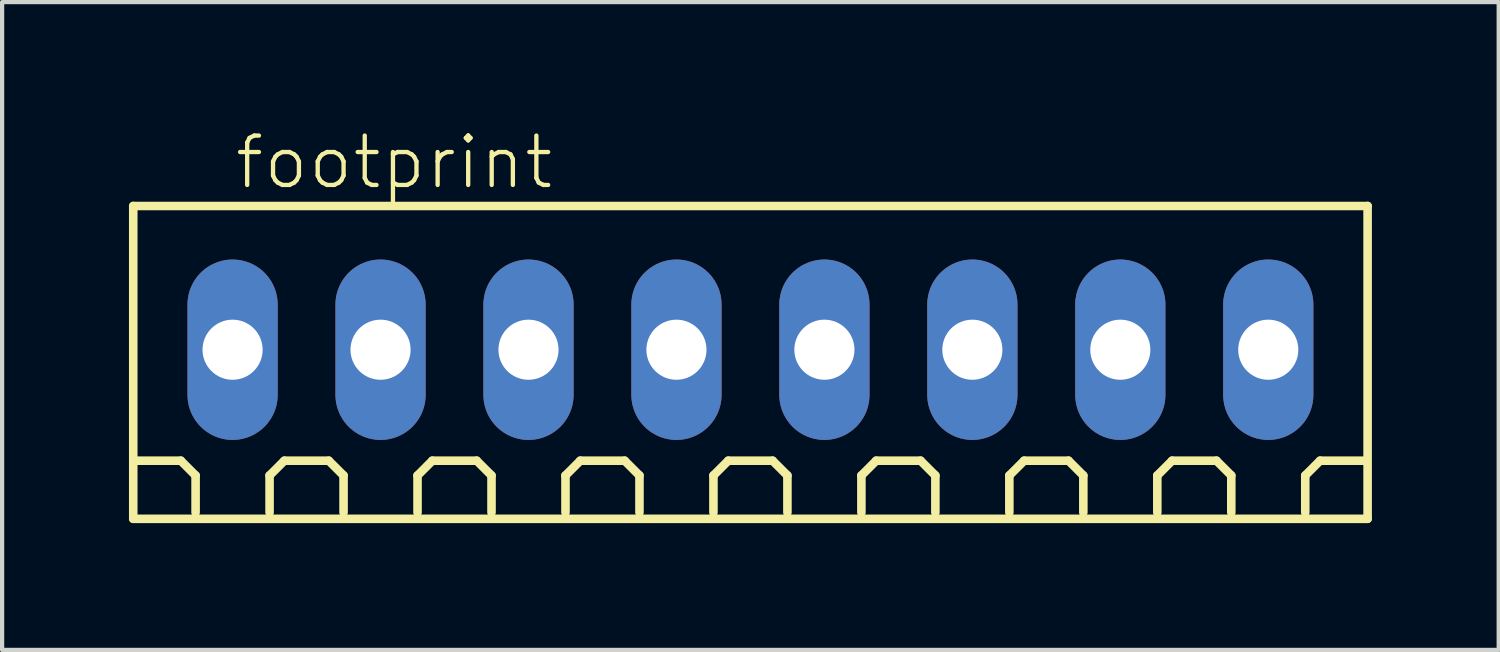
<source format=kicad_pcb>
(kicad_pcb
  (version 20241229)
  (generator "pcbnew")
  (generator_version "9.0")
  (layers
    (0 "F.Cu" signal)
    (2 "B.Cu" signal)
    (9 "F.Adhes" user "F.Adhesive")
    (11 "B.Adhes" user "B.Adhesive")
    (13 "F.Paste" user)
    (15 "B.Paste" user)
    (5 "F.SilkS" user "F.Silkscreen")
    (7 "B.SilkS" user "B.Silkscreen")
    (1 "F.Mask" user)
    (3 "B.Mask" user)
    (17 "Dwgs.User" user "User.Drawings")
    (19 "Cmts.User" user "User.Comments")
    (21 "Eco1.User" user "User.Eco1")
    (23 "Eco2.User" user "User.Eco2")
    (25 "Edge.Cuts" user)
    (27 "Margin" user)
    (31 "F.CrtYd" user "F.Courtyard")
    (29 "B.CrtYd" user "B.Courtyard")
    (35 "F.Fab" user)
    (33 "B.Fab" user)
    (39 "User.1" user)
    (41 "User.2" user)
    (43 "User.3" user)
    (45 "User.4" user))
  (footprint "footprint"
    (layer "F.Cu")
    (at 14.702 5.223)
    (property "Reference" "footprint" (at -12.25 -3.75 0) (layer "F.SilkS") (effects (font (size 1.168 1.168) (thickness 0.102)) (justify left bottom)))
    (fp_line (start -14.6 -3.4) (end 14.6 -3.4) (stroke (width 0.203) (type solid)) (layer "F.SilkS"))
    (fp_line (start -14.6 4) (end -14.6 -3.4) (stroke (width 0.203) (type solid)) (layer "F.SilkS"))
    (fp_line (start -13.475 2.625) (end -14.525 2.625) (stroke (width 0.203) (type solid)) (layer "F.SilkS"))
    (fp_line (start -13.125 2.975) (end -13.475 2.625) (stroke (width 0.203) (type solid)) (layer "F.SilkS"))
    (fp_line (start -13.125 3.85) (end -13.125 2.975) (stroke (width 0.203) (type solid)) (layer "F.SilkS"))
    (fp_line (start -11.375 2.975) (end -11.025 2.625) (stroke (width 0.203) (type solid)) (layer "F.SilkS"))
    (fp_line (start -11.375 3.85) (end -11.375 2.975) (stroke (width 0.203) (type solid)) (layer "F.SilkS"))
    (fp_line (start -11.025 2.625) (end -9.975 2.625) (stroke (width 0.203) (type solid)) (layer "F.SilkS"))
    (fp_line (start -9.975 2.625) (end -9.625 2.975) (stroke (width 0.203) (type solid)) (layer "F.SilkS"))
    (fp_line (start -9.625 2.975) (end -9.625 3.85) (stroke (width 0.203) (type solid)) (layer "F.SilkS"))
    (fp_line (start -7.875 2.975) (end -7.525 2.625) (stroke (width 0.203) (type solid)) (layer "F.SilkS"))
    (fp_line (start -7.875 3.85) (end -7.875 2.975) (stroke (width 0.203) (type solid)) (layer "F.SilkS"))
    (fp_line (start -7.525 2.625) (end -6.475 2.625) (stroke (width 0.203) (type solid)) (layer "F.SilkS"))
    (fp_line (start -6.475 2.625) (end -6.125 2.975) (stroke (width 0.203) (type solid)) (layer "F.SilkS"))
    (fp_line (start -6.125 2.975) (end -6.125 3.85) (stroke (width 0.203) (type solid)) (layer "F.SilkS"))
    (fp_line (start -4.375 2.975) (end -4.025 2.625) (stroke (width 0.203) (type solid)) (layer "F.SilkS"))
    (fp_line (start -4.375 3.85) (end -4.375 2.975) (stroke (width 0.203) (type solid)) (layer "F.SilkS"))
    (fp_line (start -4.025 2.625) (end -2.975 2.625) (stroke (width 0.203) (type solid)) (layer "F.SilkS"))
    (fp_line (start -2.975 2.625) (end -2.625 2.975) (stroke (width 0.203) (type solid)) (layer "F.SilkS"))
    (fp_line (start -2.625 2.975) (end -2.625 3.85) (stroke (width 0.203) (type solid)) (layer "F.SilkS"))
    (fp_line (start -0.875 2.975) (end -0.525 2.625) (stroke (width 0.203) (type solid)) (layer "F.SilkS"))
    (fp_line (start -0.875 3.85) (end -0.875 2.975) (stroke (width 0.203) (type solid)) (layer "F.SilkS"))
    (fp_line (start -0.525 2.625) (end 0.525 2.625) (stroke (width 0.203) (type solid)) (layer "F.SilkS"))
    (fp_line (start 0.525 2.625) (end 0.875 2.975) (stroke (width 0.203) (type solid)) (layer "F.SilkS"))
    (fp_line (start 0.875 2.975) (end 0.875 3.85) (stroke (width 0.203) (type solid)) (layer "F.SilkS"))
    (fp_line (start 2.625 2.975) (end 2.975 2.625) (stroke (width 0.203) (type solid)) (layer "F.SilkS"))
    (fp_line (start 2.625 3.85) (end 2.625 2.975) (stroke (width 0.203) (type solid)) (layer "F.SilkS"))
    (fp_line (start 2.975 2.625) (end 4.025 2.625) (stroke (width 0.203) (type solid)) (layer "F.SilkS"))
    (fp_line (start 4.025 2.625) (end 4.375 2.975) (stroke (width 0.203) (type solid)) (layer "F.SilkS"))
    (fp_line (start 4.375 2.975) (end 4.375 3.85) (stroke (width 0.203) (type solid)) (layer "F.SilkS"))
    (fp_line (start 6.125 2.975) (end 6.475 2.625) (stroke (width 0.203) (type solid)) (layer "F.SilkS"))
    (fp_line (start 6.125 3.85) (end 6.125 2.975) (stroke (width 0.203) (type solid)) (layer "F.SilkS"))
    (fp_line (start 6.475 2.625) (end 7.525 2.625) (stroke (width 0.203) (type solid)) (layer "F.SilkS"))
    (fp_line (start 7.525 2.625) (end 7.875 2.975) (stroke (width 0.203) (type solid)) (layer "F.SilkS"))
    (fp_line (start 7.875 2.975) (end 7.875 3.85) (stroke (width 0.203) (type solid)) (layer "F.SilkS"))
    (fp_line (start 9.625 2.975) (end 9.975 2.625) (stroke (width 0.203) (type solid)) (layer "F.SilkS"))
    (fp_line (start 9.625 3.85) (end 9.625 2.975) (stroke (width 0.203) (type solid)) (layer "F.SilkS"))
    (fp_line (start 9.975 2.625) (end 11.025 2.625) (stroke (width 0.203) (type solid)) (layer "F.SilkS"))
    (fp_line (start 11.025 2.625) (end 11.375 2.975) (stroke (width 0.203) (type solid)) (layer "F.SilkS"))
    (fp_line (start 11.375 2.975) (end 11.375 3.85) (stroke (width 0.203) (type solid)) (layer "F.SilkS"))
    (fp_line (start 13.125 2.975) (end 13.475 2.625) (stroke (width 0.203) (type solid)) (layer "F.SilkS"))
    (fp_line (start 13.125 3.85) (end 13.125 2.975) (stroke (width 0.203) (type solid)) (layer "F.SilkS"))
    (fp_line (start 14.525 2.625) (end 13.475 2.625) (stroke (width 0.203) (type solid)) (layer "F.SilkS"))
    (fp_line (start 14.6 -3.4) (end 14.6 4) (stroke (width 0.203) (type solid)) (layer "F.SilkS"))
    (fp_line (start 14.6 4) (end -14.6 4) (stroke (width 0.203) (type solid)) (layer "F.SilkS"))
    (pad "1" thru_hole oval (at -12.25 0 90) (size 4.267 2.134) (drill 1.422) (layers "*.Cu" "*.Mask"))
    (pad "2" thru_hole oval (at -8.75 0 90) (size 4.267 2.134) (drill 1.422) (layers "*.Cu" "*.Mask"))
    (pad "3" thru_hole oval (at -5.25 0 90) (size 4.267 2.134) (drill 1.422) (layers "*.Cu" "*.Mask"))
    (pad "4" thru_hole oval (at -1.75 0 90) (size 4.267 2.134) (drill 1.422) (layers "*.Cu" "*.Mask"))
    (pad "5" thru_hole oval (at 1.75 0 90) (size 4.267 2.134) (drill 1.422) (layers "*.Cu" "*.Mask"))
    (pad "6" thru_hole oval (at 5.25 0 90) (size 4.267 2.134) (drill 1.422) (layers "*.Cu" "*.Mask"))
    (pad "7" thru_hole oval (at 8.75 0 90) (size 4.267 2.134) (drill 1.422) (layers "*.Cu" "*.Mask"))
    (pad "8" thru_hole oval (at 12.25 0 90) (size 4.267 2.134) (drill 1.422) (layers "*.Cu" "*.Mask")))
  (gr_rect
    (start -3 -3)
    (end 32.403 12.325)
    (stroke (width 0.1) (type default))
    (fill no)
    (layer "Edge.Cuts")))
</source>
